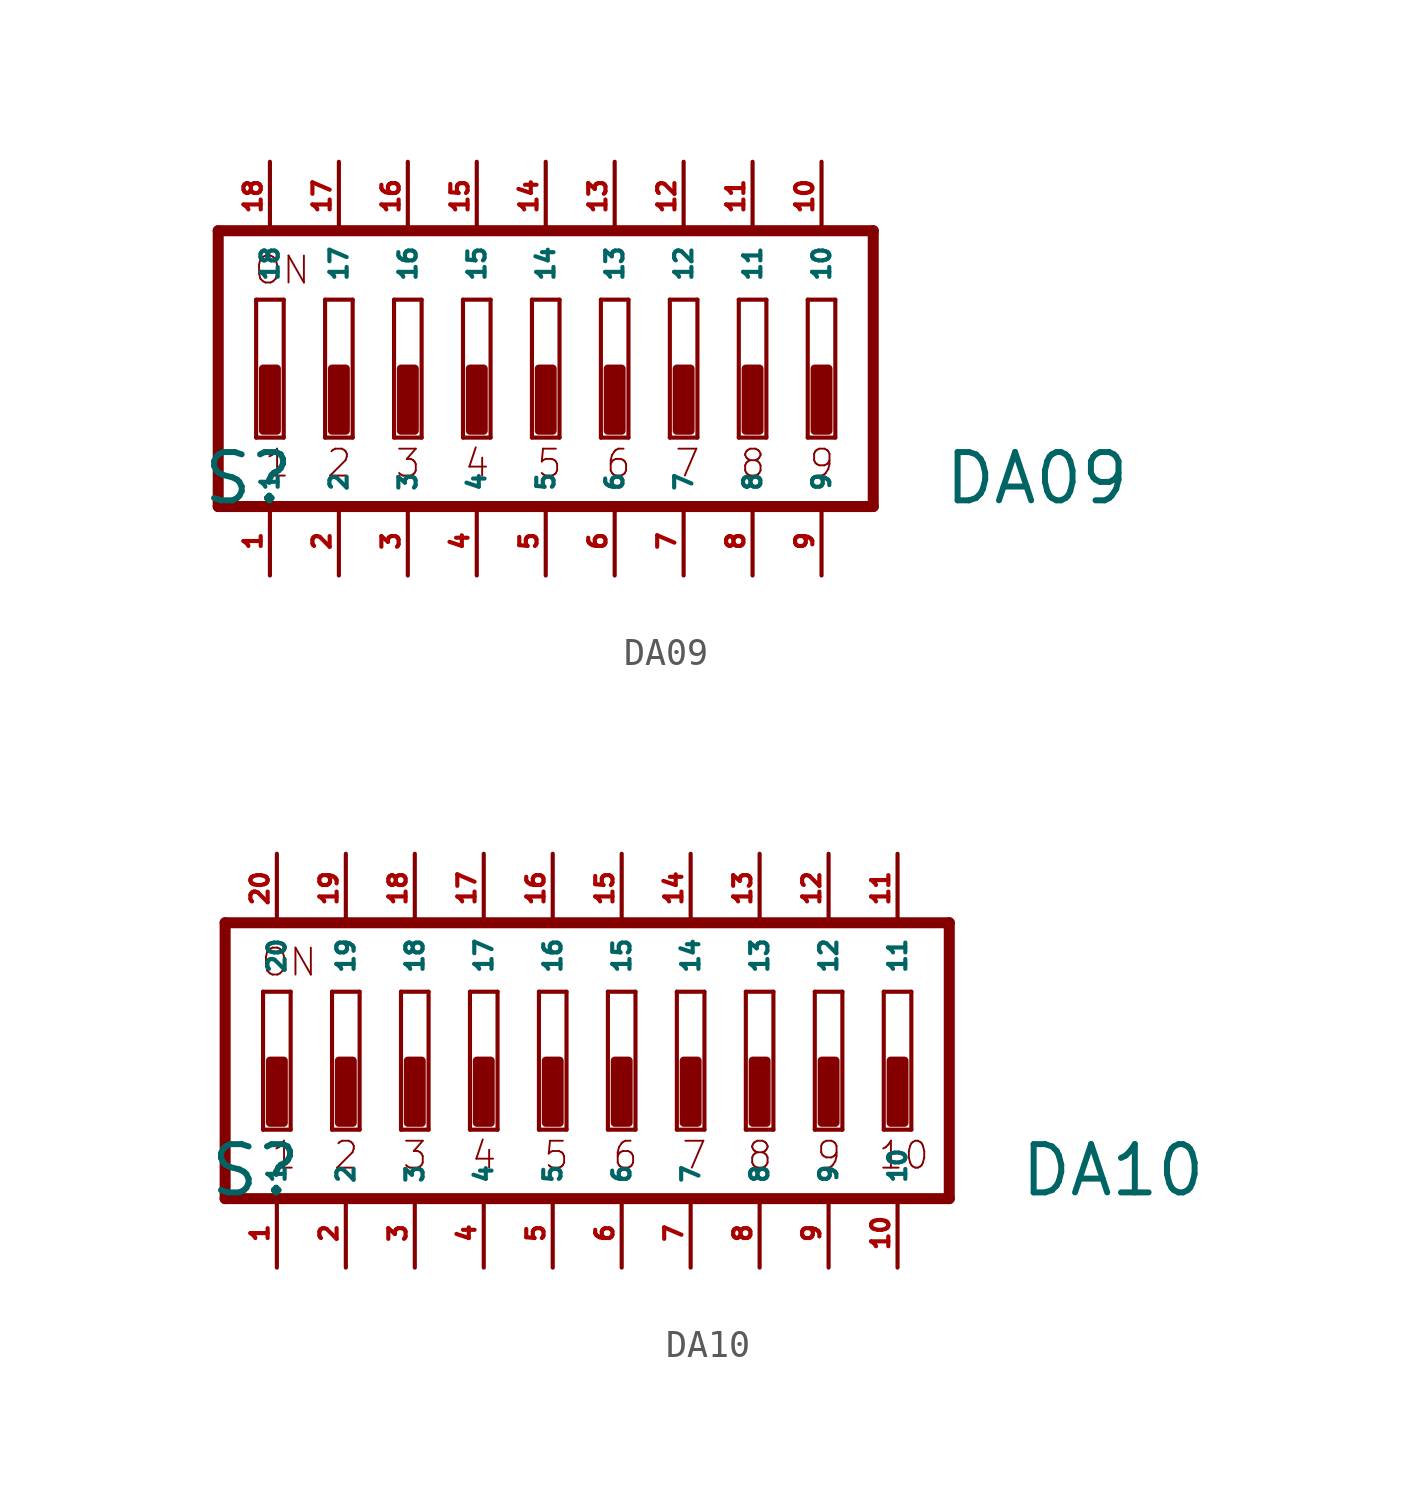
<source format=kicad_sym>
(kicad_symbol_lib
  (version 20220914)
  (generator Eagle2Kicad)
  (symbol "DA09"
    (property "Reference" "S"
      (at -12.7 -5.08 0)
      (effects (font (size 1.778 1.778) (thickness 0.22)) (justify left bottom)))
    (property "Value" "DA09"
      (at 14.605 -5.08 0)
      (effects (font (size 1.778 1.778) (thickness 0.22)) (justify left bottom)))
    (polyline
      (pts (xy 12.065 5.08) (xy -12.065 5.08))
      (stroke (width 0.406) (type default))
      (fill (type none)))
    (polyline
      (pts (xy -12.065 5.08) (xy -12.065 -5.08))
      (stroke (width 0.406) (type default))
      (fill (type none)))
    (polyline
      (pts (xy -12.065 -5.08) (xy 12.065 -5.08))
      (stroke (width 0.406) (type default))
      (fill (type none)))
    (polyline
      (pts (xy 12.065 -5.08) (xy 12.065 5.08))
      (stroke (width 0.406) (type default))
      (fill (type none)))
    (polyline
      (pts (xy -9.652 -2.54) (xy -10.668 -2.54))
      (stroke (width 0.152) (type default))
      (fill (type none)))
    (polyline
      (pts (xy -10.668 2.54) (xy -9.652 2.54))
      (stroke (width 0.152) (type default))
      (fill (type none)))
    (polyline
      (pts (xy -9.652 2.54) (xy -9.652 -2.54))
      (stroke (width 0.152) (type default))
      (fill (type none)))
    (polyline
      (pts (xy -10.668 -2.54) (xy -10.668 2.54))
      (stroke (width 0.152) (type default))
      (fill (type none)))
    (polyline
      (pts (xy -7.112 -2.54) (xy -8.128 -2.54))
      (stroke (width 0.152) (type default))
      (fill (type none)))
    (polyline
      (pts (xy -8.128 2.54) (xy -7.112 2.54))
      (stroke (width 0.152) (type default))
      (fill (type none)))
    (polyline
      (pts (xy -7.112 2.54) (xy -7.112 -2.54))
      (stroke (width 0.152) (type default))
      (fill (type none)))
    (polyline
      (pts (xy -8.128 -2.54) (xy -8.128 2.54))
      (stroke (width 0.152) (type default))
      (fill (type none)))
    (polyline
      (pts (xy -4.572 -2.54) (xy -5.588 -2.54))
      (stroke (width 0.152) (type default))
      (fill (type none)))
    (polyline
      (pts (xy -5.588 2.54) (xy -4.572 2.54))
      (stroke (width 0.152) (type default))
      (fill (type none)))
    (polyline
      (pts (xy -4.572 2.54) (xy -4.572 -2.54))
      (stroke (width 0.152) (type default))
      (fill (type none)))
    (polyline
      (pts (xy -5.588 -2.54) (xy -5.588 2.54))
      (stroke (width 0.152) (type default))
      (fill (type none)))
    (polyline
      (pts (xy -2.032 -2.54) (xy -3.048 -2.54))
      (stroke (width 0.152) (type default))
      (fill (type none)))
    (polyline
      (pts (xy -3.048 2.54) (xy -2.032 2.54))
      (stroke (width 0.152) (type default))
      (fill (type none)))
    (polyline
      (pts (xy -2.032 2.54) (xy -2.032 -2.54))
      (stroke (width 0.152) (type default))
      (fill (type none)))
    (polyline
      (pts (xy -3.048 -2.54) (xy -3.048 2.54))
      (stroke (width 0.152) (type default))
      (fill (type none)))
    (polyline
      (pts (xy 0.508 -2.54) (xy -0.508 -2.54))
      (stroke (width 0.152) (type default))
      (fill (type none)))
    (polyline
      (pts (xy -0.508 2.54) (xy 0.508 2.54))
      (stroke (width 0.152) (type default))
      (fill (type none)))
    (polyline
      (pts (xy 0.508 2.54) (xy 0.508 -2.54))
      (stroke (width 0.152) (type default))
      (fill (type none)))
    (polyline
      (pts (xy -0.508 -2.54) (xy -0.508 2.54))
      (stroke (width 0.152) (type default))
      (fill (type none)))
    (polyline
      (pts (xy 3.048 -2.54) (xy 2.032 -2.54))
      (stroke (width 0.152) (type default))
      (fill (type none)))
    (polyline
      (pts (xy 2.032 2.54) (xy 3.048 2.54))
      (stroke (width 0.152) (type default))
      (fill (type none)))
    (polyline
      (pts (xy 3.048 2.54) (xy 3.048 -2.54))
      (stroke (width 0.152) (type default))
      (fill (type none)))
    (polyline
      (pts (xy 2.032 -2.54) (xy 2.032 2.54))
      (stroke (width 0.152) (type default))
      (fill (type none)))
    (polyline
      (pts (xy 5.588 -2.54) (xy 4.572 -2.54))
      (stroke (width 0.152) (type default))
      (fill (type none)))
    (polyline
      (pts (xy 4.572 2.54) (xy 5.588 2.54))
      (stroke (width 0.152) (type default))
      (fill (type none)))
    (polyline
      (pts (xy 5.588 2.54) (xy 5.588 -2.54))
      (stroke (width 0.152) (type default))
      (fill (type none)))
    (polyline
      (pts (xy 4.572 -2.54) (xy 4.572 2.54))
      (stroke (width 0.152) (type default))
      (fill (type none)))
    (polyline
      (pts (xy 8.128 -2.54) (xy 7.112 -2.54))
      (stroke (width 0.152) (type default))
      (fill (type none)))
    (polyline
      (pts (xy 7.112 2.54) (xy 8.128 2.54))
      (stroke (width 0.152) (type default))
      (fill (type none)))
    (polyline
      (pts (xy 8.128 2.54) (xy 8.128 -2.54))
      (stroke (width 0.152) (type default))
      (fill (type none)))
    (polyline
      (pts (xy 7.112 -2.54) (xy 7.112 2.54))
      (stroke (width 0.152) (type default))
      (fill (type none)))
    (polyline
      (pts (xy 10.668 -2.54) (xy 9.652 -2.54))
      (stroke (width 0.152) (type default))
      (fill (type none)))
    (polyline
      (pts (xy 9.652 2.54) (xy 10.668 2.54))
      (stroke (width 0.152) (type default))
      (fill (type none)))
    (polyline
      (pts (xy 10.668 2.54) (xy 10.668 -2.54))
      (stroke (width 0.152) (type default))
      (fill (type none)))
    (polyline
      (pts (xy 9.652 -2.54) (xy 9.652 2.54))
      (stroke (width 0.152) (type default))
      (fill (type none)))
    (text "1"
      (at -10.414 -4.064 0)
      (effects (font (size 0.991 0.991) (thickness 0.07)) (justify left bottom)))
    (text "2"
      (at -8.128 -4.064 0)
      (effects (font (size 0.991 0.991) (thickness 0.07)) (justify left bottom)))
    (text "3"
      (at -5.588 -4.064 0)
      (effects (font (size 0.991 0.991) (thickness 0.07)) (justify left bottom)))
    (text "4"
      (at -3.048 -4.064 0)
      (effects (font (size 0.991 0.991) (thickness 0.07)) (justify left bottom)))
    (text "5"
      (at -0.381 -4.064 0)
      (effects (font (size 0.991 0.991) (thickness 0.07)) (justify left bottom)))
    (text "6"
      (at 2.159 -4.064 0)
      (effects (font (size 0.991 0.991) (thickness 0.07)) (justify left bottom)))
    (text "7"
      (at 4.699 -4.064 0)
      (effects (font (size 0.991 0.991) (thickness 0.07)) (justify left bottom)))
    (text "8"
      (at 7.112 -4.064 0)
      (effects (font (size 0.991 0.991) (thickness 0.07)) (justify left bottom)))
    (text "9"
      (at 9.652 -4.064 0)
      (effects (font (size 0.991 0.991) (thickness 0.07)) (justify left bottom)))
    (text "ON"
      (at -10.795 3.048 0)
      (effects (font (size 0.991 0.991) (thickness 0.07)) (justify left bottom)))
    (rectangle
      (start -10.414 -2.286)
      (end -9.906 0)
      (stroke (width 0.3) (type default))
      (fill (type outline)))
    (rectangle
      (start -7.874 -2.286)
      (end -7.366 0)
      (stroke (width 0.3) (type default))
      (fill (type outline)))
    (rectangle
      (start -5.334 -2.286)
      (end -4.826 0)
      (stroke (width 0.3) (type default))
      (fill (type outline)))
    (rectangle
      (start -2.794 -2.286)
      (end -2.286 0)
      (stroke (width 0.3) (type default))
      (fill (type outline)))
    (rectangle
      (start -0.254 -2.286)
      (end 0.254 0)
      (stroke (width 0.3) (type default))
      (fill (type outline)))
    (rectangle
      (start 2.286 -2.286)
      (end 2.794 0)
      (stroke (width 0.3) (type default))
      (fill (type outline)))
    (rectangle
      (start 4.826 -2.286)
      (end 5.334 0)
      (stroke (width 0.3) (type default))
      (fill (type outline)))
    (rectangle
      (start 7.366 -2.286)
      (end 7.874 0)
      (stroke (width 0.3) (type default))
      (fill (type outline)))
    (rectangle
      (start 9.906 -2.286)
      (end 10.414 0)
      (stroke (width 0.3) (type default))
      (fill (type outline)))
    (pin passive line
      (at 10.16 7.62 270)
      (length 2.54)
      (name "10" (effects (font (size 0.635 0.635) (thickness 0.08)) (justify left bottom)))
      (number "10" (effects (font (size 0.635 0.635) (thickness 0.08)) (justify left bottom))))
    (pin passive line
      (at 7.62 7.62 270)
      (length 2.54)
      (name "11" (effects (font (size 0.635 0.635) (thickness 0.08)) (justify left bottom)))
      (number "11" (effects (font (size 0.635 0.635) (thickness 0.08)) (justify left bottom))))
    (pin passive line
      (at 5.08 7.62 270)
      (length 2.54)
      (name "12" (effects (font (size 0.635 0.635) (thickness 0.08)) (justify left bottom)))
      (number "12" (effects (font (size 0.635 0.635) (thickness 0.08)) (justify left bottom))))
    (pin passive line
      (at 2.54 7.62 270)
      (length 2.54)
      (name "13" (effects (font (size 0.635 0.635) (thickness 0.08)) (justify left bottom)))
      (number "13" (effects (font (size 0.635 0.635) (thickness 0.08)) (justify left bottom))))
    (pin passive line
      (at 0 7.62 270)
      (length 2.54)
      (name "14" (effects (font (size 0.635 0.635) (thickness 0.08)) (justify left bottom)))
      (number "14" (effects (font (size 0.635 0.635) (thickness 0.08)) (justify left bottom))))
    (pin passive line
      (at -2.54 7.62 270)
      (length 2.54)
      (name "15" (effects (font (size 0.635 0.635) (thickness 0.08)) (justify left bottom)))
      (number "15" (effects (font (size 0.635 0.635) (thickness 0.08)) (justify left bottom))))
    (pin passive line
      (at -5.08 7.62 270)
      (length 2.54)
      (name "16" (effects (font (size 0.635 0.635) (thickness 0.08)) (justify left bottom)))
      (number "16" (effects (font (size 0.635 0.635) (thickness 0.08)) (justify left bottom))))
    (pin passive line
      (at -7.62 7.62 270)
      (length 2.54)
      (name "17" (effects (font (size 0.635 0.635) (thickness 0.08)) (justify left bottom)))
      (number "17" (effects (font (size 0.635 0.635) (thickness 0.08)) (justify left bottom))))
    (pin passive line
      (at -10.16 7.62 270)
      (length 2.54)
      (name "18" (effects (font (size 0.635 0.635) (thickness 0.08)) (justify left bottom)))
      (number "18" (effects (font (size 0.635 0.635) (thickness 0.08)) (justify left bottom))))
    (pin passive line
      (at -10.16 -7.62 90)
      (length 2.54)
      (name "1" (effects (font (size 0.635 0.635) (thickness 0.08)) (justify left bottom)))
      (number "1" (effects (font (size 0.635 0.635) (thickness 0.08)) (justify left bottom))))
    (pin passive line
      (at -7.62 -7.62 90)
      (length 2.54)
      (name "2" (effects (font (size 0.635 0.635) (thickness 0.08)) (justify left bottom)))
      (number "2" (effects (font (size 0.635 0.635) (thickness 0.08)) (justify left bottom))))
    (pin passive line
      (at -5.08 -7.62 90)
      (length 2.54)
      (name "3" (effects (font (size 0.635 0.635) (thickness 0.08)) (justify left bottom)))
      (number "3" (effects (font (size 0.635 0.635) (thickness 0.08)) (justify left bottom))))
    (pin passive line
      (at -2.54 -7.62 90)
      (length 2.54)
      (name "4" (effects (font (size 0.635 0.635) (thickness 0.08)) (justify left bottom)))
      (number "4" (effects (font (size 0.635 0.635) (thickness 0.08)) (justify left bottom))))
    (pin passive line
      (at 0 -7.62 90)
      (length 2.54)
      (name "5" (effects (font (size 0.635 0.635) (thickness 0.08)) (justify left bottom)))
      (number "5" (effects (font (size 0.635 0.635) (thickness 0.08)) (justify left bottom))))
    (pin passive line
      (at 2.54 -7.62 90)
      (length 2.54)
      (name "6" (effects (font (size 0.635 0.635) (thickness 0.08)) (justify left bottom)))
      (number "6" (effects (font (size 0.635 0.635) (thickness 0.08)) (justify left bottom))))
    (pin passive line
      (at 5.08 -7.62 90)
      (length 2.54)
      (name "7" (effects (font (size 0.635 0.635) (thickness 0.08)) (justify left bottom)))
      (number "7" (effects (font (size 0.635 0.635) (thickness 0.08)) (justify left bottom))))
    (pin passive line
      (at 7.62 -7.62 90)
      (length 2.54)
      (name "8" (effects (font (size 0.635 0.635) (thickness 0.08)) (justify left bottom)))
      (number "8" (effects (font (size 0.635 0.635) (thickness 0.08)) (justify left bottom))))
    (pin passive line
      (at 10.16 -7.62 90)
      (length 2.54)
      (name "9" (effects (font (size 0.635 0.635) (thickness 0.08)) (justify left bottom)))
      (number "9" (effects (font (size 0.635 0.635) (thickness 0.08)) (justify left bottom)))))
  (symbol "DA10"
    (property "Reference" "S"
      (at -15.24 -5.08 0)
      (effects (font (size 1.778 1.778) (thickness 0.22)) (justify left bottom)))
    (property "Value" "DA10"
      (at 14.605 -5.08 0)
      (effects (font (size 1.778 1.778) (thickness 0.22)) (justify left bottom)))
    (polyline
      (pts (xy 12.065 5.08) (xy -14.605 5.08))
      (stroke (width 0.406) (type default))
      (fill (type none)))
    (polyline
      (pts (xy -14.605 5.08) (xy -14.605 -5.08))
      (stroke (width 0.406) (type default))
      (fill (type none)))
    (polyline
      (pts (xy -14.605 -5.08) (xy 12.065 -5.08))
      (stroke (width 0.406) (type default))
      (fill (type none)))
    (polyline
      (pts (xy 12.065 -5.08) (xy 12.065 5.08))
      (stroke (width 0.406) (type default))
      (fill (type none)))
    (polyline
      (pts (xy -12.192 -2.54) (xy -13.208 -2.54))
      (stroke (width 0.152) (type default))
      (fill (type none)))
    (polyline
      (pts (xy -13.208 2.54) (xy -12.192 2.54))
      (stroke (width 0.152) (type default))
      (fill (type none)))
    (polyline
      (pts (xy -12.192 2.54) (xy -12.192 -2.54))
      (stroke (width 0.152) (type default))
      (fill (type none)))
    (polyline
      (pts (xy -13.208 -2.54) (xy -13.208 2.54))
      (stroke (width 0.152) (type default))
      (fill (type none)))
    (polyline
      (pts (xy -9.652 -2.54) (xy -10.668 -2.54))
      (stroke (width 0.152) (type default))
      (fill (type none)))
    (polyline
      (pts (xy -10.668 2.54) (xy -9.652 2.54))
      (stroke (width 0.152) (type default))
      (fill (type none)))
    (polyline
      (pts (xy -9.652 2.54) (xy -9.652 -2.54))
      (stroke (width 0.152) (type default))
      (fill (type none)))
    (polyline
      (pts (xy -10.668 -2.54) (xy -10.668 2.54))
      (stroke (width 0.152) (type default))
      (fill (type none)))
    (polyline
      (pts (xy -7.112 -2.54) (xy -8.128 -2.54))
      (stroke (width 0.152) (type default))
      (fill (type none)))
    (polyline
      (pts (xy -8.128 2.54) (xy -7.112 2.54))
      (stroke (width 0.152) (type default))
      (fill (type none)))
    (polyline
      (pts (xy -7.112 2.54) (xy -7.112 -2.54))
      (stroke (width 0.152) (type default))
      (fill (type none)))
    (polyline
      (pts (xy -8.128 -2.54) (xy -8.128 2.54))
      (stroke (width 0.152) (type default))
      (fill (type none)))
    (polyline
      (pts (xy -4.572 -2.54) (xy -5.588 -2.54))
      (stroke (width 0.152) (type default))
      (fill (type none)))
    (polyline
      (pts (xy -5.588 2.54) (xy -4.572 2.54))
      (stroke (width 0.152) (type default))
      (fill (type none)))
    (polyline
      (pts (xy -4.572 2.54) (xy -4.572 -2.54))
      (stroke (width 0.152) (type default))
      (fill (type none)))
    (polyline
      (pts (xy -5.588 -2.54) (xy -5.588 2.54))
      (stroke (width 0.152) (type default))
      (fill (type none)))
    (polyline
      (pts (xy -2.032 -2.54) (xy -3.048 -2.54))
      (stroke (width 0.152) (type default))
      (fill (type none)))
    (polyline
      (pts (xy -3.048 2.54) (xy -2.032 2.54))
      (stroke (width 0.152) (type default))
      (fill (type none)))
    (polyline
      (pts (xy -2.032 2.54) (xy -2.032 -2.54))
      (stroke (width 0.152) (type default))
      (fill (type none)))
    (polyline
      (pts (xy -3.048 -2.54) (xy -3.048 2.54))
      (stroke (width 0.152) (type default))
      (fill (type none)))
    (polyline
      (pts (xy 0.508 -2.54) (xy -0.508 -2.54))
      (stroke (width 0.152) (type default))
      (fill (type none)))
    (polyline
      (pts (xy -0.508 2.54) (xy 0.508 2.54))
      (stroke (width 0.152) (type default))
      (fill (type none)))
    (polyline
      (pts (xy 0.508 2.54) (xy 0.508 -2.54))
      (stroke (width 0.152) (type default))
      (fill (type none)))
    (polyline
      (pts (xy -0.508 -2.54) (xy -0.508 2.54))
      (stroke (width 0.152) (type default))
      (fill (type none)))
    (polyline
      (pts (xy 3.048 -2.54) (xy 2.032 -2.54))
      (stroke (width 0.152) (type default))
      (fill (type none)))
    (polyline
      (pts (xy 2.032 2.54) (xy 3.048 2.54))
      (stroke (width 0.152) (type default))
      (fill (type none)))
    (polyline
      (pts (xy 3.048 2.54) (xy 3.048 -2.54))
      (stroke (width 0.152) (type default))
      (fill (type none)))
    (polyline
      (pts (xy 2.032 -2.54) (xy 2.032 2.54))
      (stroke (width 0.152) (type default))
      (fill (type none)))
    (polyline
      (pts (xy 5.588 -2.54) (xy 4.572 -2.54))
      (stroke (width 0.152) (type default))
      (fill (type none)))
    (polyline
      (pts (xy 4.572 2.54) (xy 5.588 2.54))
      (stroke (width 0.152) (type default))
      (fill (type none)))
    (polyline
      (pts (xy 5.588 2.54) (xy 5.588 -2.54))
      (stroke (width 0.152) (type default))
      (fill (type none)))
    (polyline
      (pts (xy 4.572 -2.54) (xy 4.572 2.54))
      (stroke (width 0.152) (type default))
      (fill (type none)))
    (polyline
      (pts (xy 8.128 -2.54) (xy 7.112 -2.54))
      (stroke (width 0.152) (type default))
      (fill (type none)))
    (polyline
      (pts (xy 7.112 2.54) (xy 8.128 2.54))
      (stroke (width 0.152) (type default))
      (fill (type none)))
    (polyline
      (pts (xy 8.128 2.54) (xy 8.128 -2.54))
      (stroke (width 0.152) (type default))
      (fill (type none)))
    (polyline
      (pts (xy 7.112 -2.54) (xy 7.112 2.54))
      (stroke (width 0.152) (type default))
      (fill (type none)))
    (polyline
      (pts (xy 10.668 -2.54) (xy 9.652 -2.54))
      (stroke (width 0.152) (type default))
      (fill (type none)))
    (polyline
      (pts (xy 9.652 2.54) (xy 10.668 2.54))
      (stroke (width 0.152) (type default))
      (fill (type none)))
    (polyline
      (pts (xy 10.668 2.54) (xy 10.668 -2.54))
      (stroke (width 0.152) (type default))
      (fill (type none)))
    (polyline
      (pts (xy 9.652 -2.54) (xy 9.652 2.54))
      (stroke (width 0.152) (type default))
      (fill (type none)))
    (text "1"
      (at -12.954 -4.064 0)
      (effects (font (size 0.991 0.991) (thickness 0.07)) (justify left bottom)))
    (text "2"
      (at -10.668 -4.064 0)
      (effects (font (size 0.991 0.991) (thickness 0.07)) (justify left bottom)))
    (text "3"
      (at -8.128 -4.064 0)
      (effects (font (size 0.991 0.991) (thickness 0.07)) (justify left bottom)))
    (text "4"
      (at -5.588 -4.064 0)
      (effects (font (size 0.991 0.991) (thickness 0.07)) (justify left bottom)))
    (text "5"
      (at -2.921 -4.064 0)
      (effects (font (size 0.991 0.991) (thickness 0.07)) (justify left bottom)))
    (text "6"
      (at -0.381 -4.064 0)
      (effects (font (size 0.991 0.991) (thickness 0.07)) (justify left bottom)))
    (text "7"
      (at 2.159 -4.064 0)
      (effects (font (size 0.991 0.991) (thickness 0.07)) (justify left bottom)))
    (text "8"
      (at 4.572 -4.064 0)
      (effects (font (size 0.991 0.991) (thickness 0.07)) (justify left bottom)))
    (text "9"
      (at 7.112 -4.064 0)
      (effects (font (size 0.991 0.991) (thickness 0.07)) (justify left bottom)))
    (text "ON"
      (at -13.335 3.048 0)
      (effects (font (size 0.991 0.991) (thickness 0.07)) (justify left bottom)))
    (text "10"
      (at 9.398 -4.064 0)
      (effects (font (size 0.991 0.991) (thickness 0.07)) (justify left bottom)))
    (rectangle
      (start -12.954 -2.286)
      (end -12.446 0)
      (stroke (width 0.3) (type default))
      (fill (type outline)))
    (rectangle
      (start -10.414 -2.286)
      (end -9.906 0)
      (stroke (width 0.3) (type default))
      (fill (type outline)))
    (rectangle
      (start -7.874 -2.286)
      (end -7.366 0)
      (stroke (width 0.3) (type default))
      (fill (type outline)))
    (rectangle
      (start -5.334 -2.286)
      (end -4.826 0)
      (stroke (width 0.3) (type default))
      (fill (type outline)))
    (rectangle
      (start -2.794 -2.286)
      (end -2.286 0)
      (stroke (width 0.3) (type default))
      (fill (type outline)))
    (rectangle
      (start -0.254 -2.286)
      (end 0.254 0)
      (stroke (width 0.3) (type default))
      (fill (type outline)))
    (rectangle
      (start 2.286 -2.286)
      (end 2.794 0)
      (stroke (width 0.3) (type default))
      (fill (type outline)))
    (rectangle
      (start 4.826 -2.286)
      (end 5.334 0)
      (stroke (width 0.3) (type default))
      (fill (type outline)))
    (rectangle
      (start 7.366 -2.286)
      (end 7.874 0)
      (stroke (width 0.3) (type default))
      (fill (type outline)))
    (rectangle
      (start 9.906 -2.286)
      (end 10.414 0)
      (stroke (width 0.3) (type default))
      (fill (type outline)))
    (pin passive line
      (at 7.62 7.62 270)
      (length 2.54)
      (name "12" (effects (font (size 0.635 0.635) (thickness 0.08)) (justify left bottom)))
      (number "12" (effects (font (size 0.635 0.635) (thickness 0.08)) (justify left bottom))))
    (pin passive line
      (at 5.08 7.62 270)
      (length 2.54)
      (name "13" (effects (font (size 0.635 0.635) (thickness 0.08)) (justify left bottom)))
      (number "13" (effects (font (size 0.635 0.635) (thickness 0.08)) (justify left bottom))))
    (pin passive line
      (at 2.54 7.62 270)
      (length 2.54)
      (name "14" (effects (font (size 0.635 0.635) (thickness 0.08)) (justify left bottom)))
      (number "14" (effects (font (size 0.635 0.635) (thickness 0.08)) (justify left bottom))))
    (pin passive line
      (at 0 7.62 270)
      (length 2.54)
      (name "15" (effects (font (size 0.635 0.635) (thickness 0.08)) (justify left bottom)))
      (number "15" (effects (font (size 0.635 0.635) (thickness 0.08)) (justify left bottom))))
    (pin passive line
      (at -2.54 7.62 270)
      (length 2.54)
      (name "16" (effects (font (size 0.635 0.635) (thickness 0.08)) (justify left bottom)))
      (number "16" (effects (font (size 0.635 0.635) (thickness 0.08)) (justify left bottom))))
    (pin passive line
      (at -5.08 7.62 270)
      (length 2.54)
      (name "17" (effects (font (size 0.635 0.635) (thickness 0.08)) (justify left bottom)))
      (number "17" (effects (font (size 0.635 0.635) (thickness 0.08)) (justify left bottom))))
    (pin passive line
      (at -7.62 7.62 270)
      (length 2.54)
      (name "18" (effects (font (size 0.635 0.635) (thickness 0.08)) (justify left bottom)))
      (number "18" (effects (font (size 0.635 0.635) (thickness 0.08)) (justify left bottom))))
    (pin passive line
      (at -10.16 7.62 270)
      (length 2.54)
      (name "19" (effects (font (size 0.635 0.635) (thickness 0.08)) (justify left bottom)))
      (number "19" (effects (font (size 0.635 0.635) (thickness 0.08)) (justify left bottom))))
    (pin passive line
      (at -12.7 7.62 270)
      (length 2.54)
      (name "20" (effects (font (size 0.635 0.635) (thickness 0.08)) (justify left bottom)))
      (number "20" (effects (font (size 0.635 0.635) (thickness 0.08)) (justify left bottom))))
    (pin passive line
      (at -12.7 -7.62 90)
      (length 2.54)
      (name "1" (effects (font (size 0.635 0.635) (thickness 0.08)) (justify left bottom)))
      (number "1" (effects (font (size 0.635 0.635) (thickness 0.08)) (justify left bottom))))
    (pin passive line
      (at -10.16 -7.62 90)
      (length 2.54)
      (name "2" (effects (font (size 0.635 0.635) (thickness 0.08)) (justify left bottom)))
      (number "2" (effects (font (size 0.635 0.635) (thickness 0.08)) (justify left bottom))))
    (pin passive line
      (at -7.62 -7.62 90)
      (length 2.54)
      (name "3" (effects (font (size 0.635 0.635) (thickness 0.08)) (justify left bottom)))
      (number "3" (effects (font (size 0.635 0.635) (thickness 0.08)) (justify left bottom))))
    (pin passive line
      (at -5.08 -7.62 90)
      (length 2.54)
      (name "4" (effects (font (size 0.635 0.635) (thickness 0.08)) (justify left bottom)))
      (number "4" (effects (font (size 0.635 0.635) (thickness 0.08)) (justify left bottom))))
    (pin passive line
      (at -2.54 -7.62 90)
      (length 2.54)
      (name "5" (effects (font (size 0.635 0.635) (thickness 0.08)) (justify left bottom)))
      (number "5" (effects (font (size 0.635 0.635) (thickness 0.08)) (justify left bottom))))
    (pin passive line
      (at 0 -7.62 90)
      (length 2.54)
      (name "6" (effects (font (size 0.635 0.635) (thickness 0.08)) (justify left bottom)))
      (number "6" (effects (font (size 0.635 0.635) (thickness 0.08)) (justify left bottom))))
    (pin passive line
      (at 2.54 -7.62 90)
      (length 2.54)
      (name "7" (effects (font (size 0.635 0.635) (thickness 0.08)) (justify left bottom)))
      (number "7" (effects (font (size 0.635 0.635) (thickness 0.08)) (justify left bottom))))
    (pin passive line
      (at 5.08 -7.62 90)
      (length 2.54)
      (name "8" (effects (font (size 0.635 0.635) (thickness 0.08)) (justify left bottom)))
      (number "8" (effects (font (size 0.635 0.635) (thickness 0.08)) (justify left bottom))))
    (pin passive line
      (at 7.62 -7.62 90)
      (length 2.54)
      (name "9" (effects (font (size 0.635 0.635) (thickness 0.08)) (justify left bottom)))
      (number "9" (effects (font (size 0.635 0.635) (thickness 0.08)) (justify left bottom))))
    (pin passive line
      (at 10.16 -7.62 90)
      (length 2.54)
      (name "10" (effects (font (size 0.635 0.635) (thickness 0.08)) (justify left bottom)))
      (number "10" (effects (font (size 0.635 0.635) (thickness 0.08)) (justify left bottom))))
    (pin passive line
      (at 10.16 7.62 270)
      (length 2.54)
      (name "11" (effects (font (size 0.635 0.635) (thickness 0.08)) (justify left bottom)))
      (number "11" (effects (font (size 0.635 0.635) (thickness 0.08)) (justify left bottom))))))
</source>
